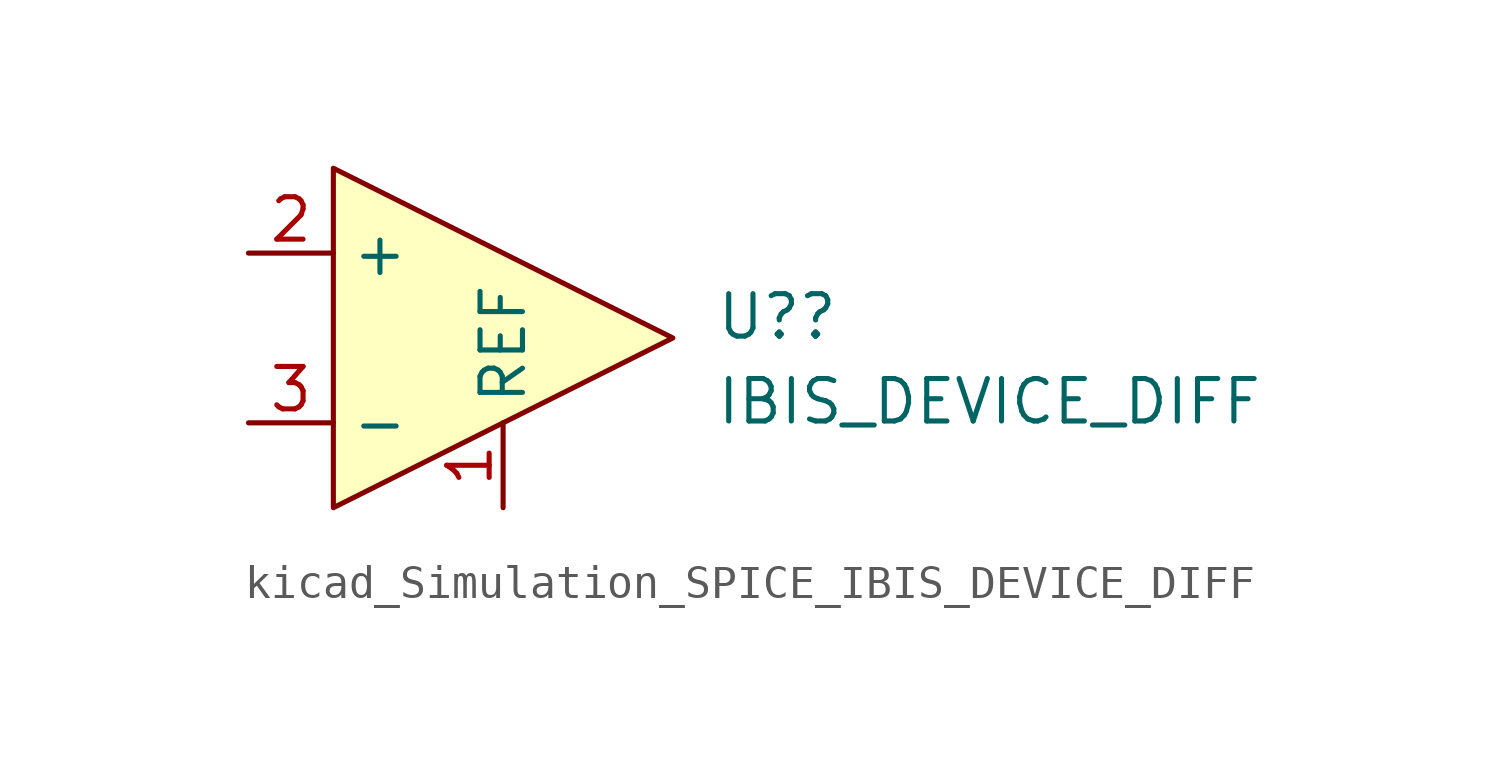
<source format=kicad_sym>
(kicad_symbol_lib
  (version 20220914)
  (generator kicad_symbol_editor)
  (symbol "kicad_Simulation_SPICE_IBIS_DEVICE_DIFF"
    (property "Reference" "U?"
      (at 6.35 0.635 0)
      (effects (font (size 1.27 1.27)) (justify left)))
    (property "Value" "IBIS_DEVICE_DIFF"
      (at 6.35 -1.905 0)
      (effects (font (size 1.27 1.27)) (justify left)))
    (symbol "kicad_Simulation_SPICE_IBIS_DEVICE_DIFF_0_1"
      (polyline (pts (xy 5.08 0) (xy -5.08 5.08) (xy -5.08 -5.08) (xy 5.08 0)) (stroke (width 0) (type default)) (fill (type background))))
    (symbol "kicad_Simulation_SPICE_IBIS_DEVICE_DIFF_1_1"
      (pin power_in line (at 0 -5.08 90) (length 2.54) (name "REF" (effects (font (size 1.27 1.27)))) (number "1" (effects (font (size 1.27 1.27)))))
      (pin input line (at -7.62 2.54 0) (length 2.54) (name "+" (effects (font (size 1.27 1.27)))) (number "2" (effects (font (size 1.27 1.27)))))
      (pin input line (at -7.62 -2.54 0) (length 2.54) (name "-" (effects (font (size 1.27 1.27)))) (number "3" (effects (font (size 1.27 1.27))))))))
</source>
